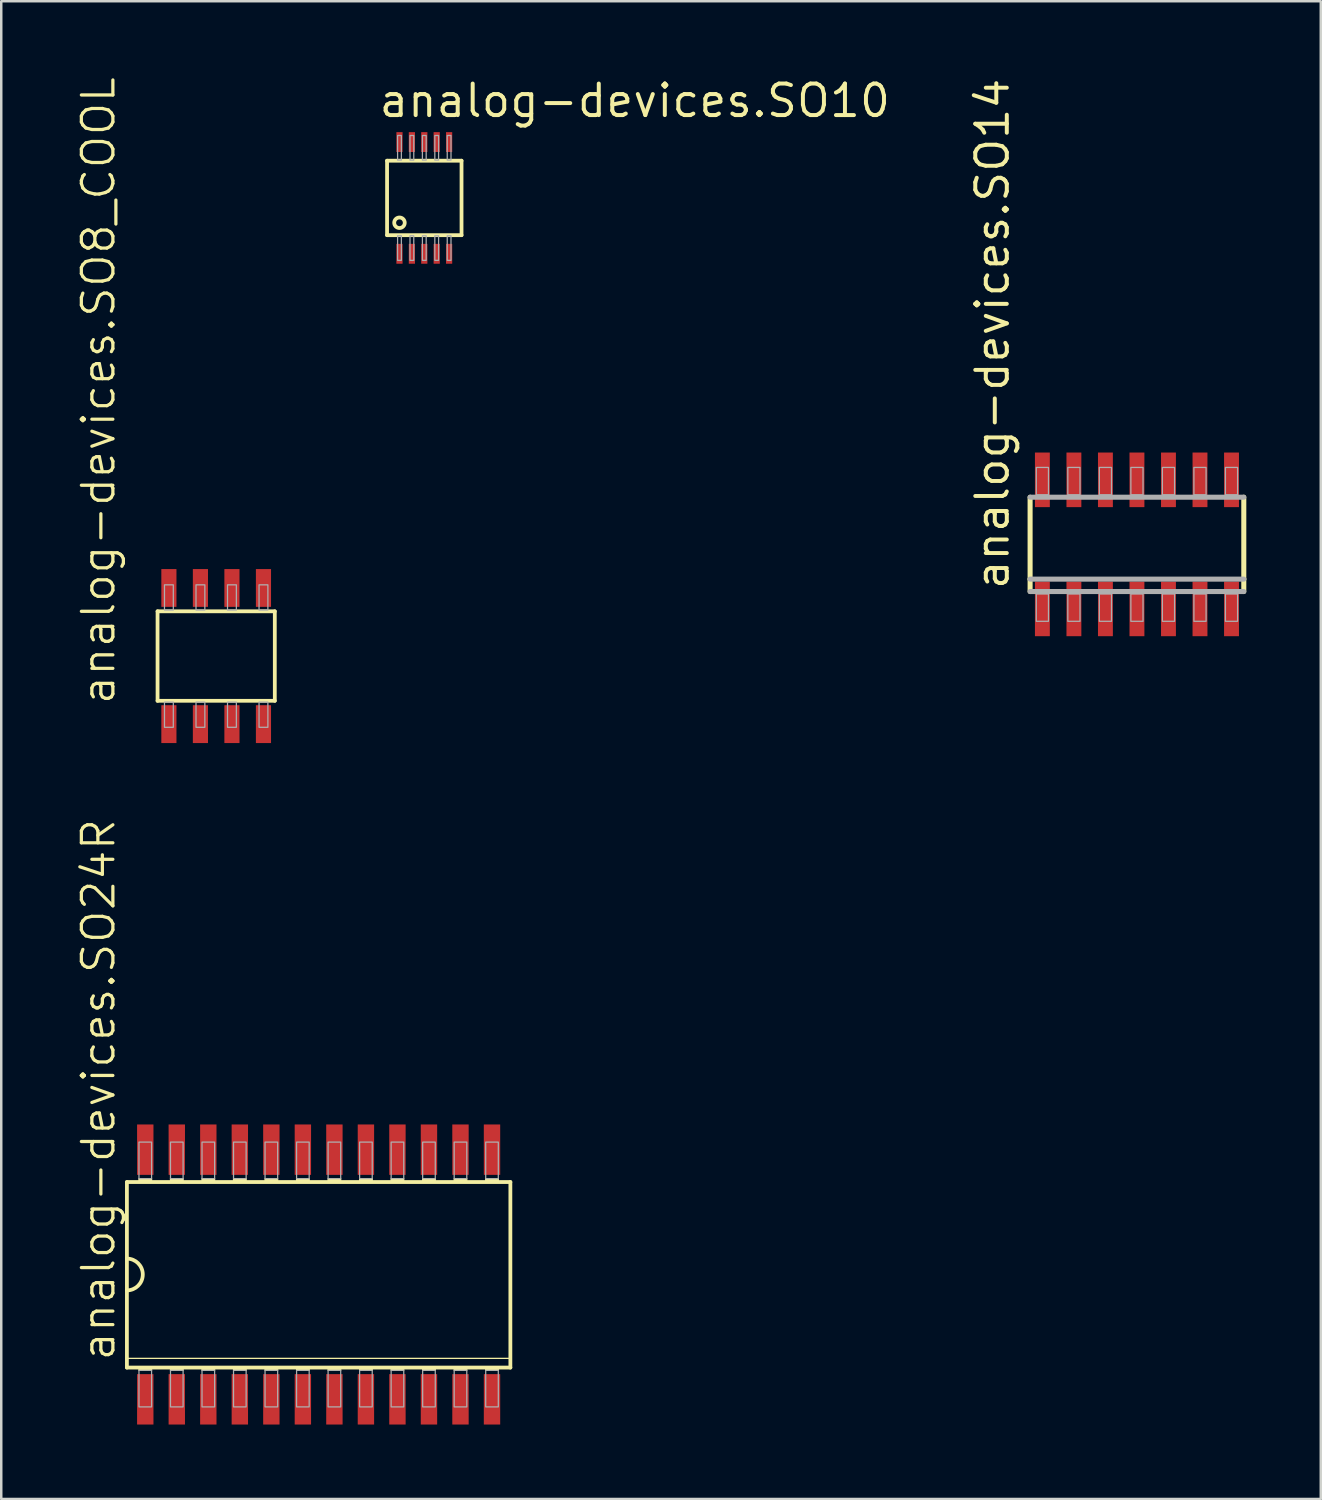
<source format=kicad_pcb>
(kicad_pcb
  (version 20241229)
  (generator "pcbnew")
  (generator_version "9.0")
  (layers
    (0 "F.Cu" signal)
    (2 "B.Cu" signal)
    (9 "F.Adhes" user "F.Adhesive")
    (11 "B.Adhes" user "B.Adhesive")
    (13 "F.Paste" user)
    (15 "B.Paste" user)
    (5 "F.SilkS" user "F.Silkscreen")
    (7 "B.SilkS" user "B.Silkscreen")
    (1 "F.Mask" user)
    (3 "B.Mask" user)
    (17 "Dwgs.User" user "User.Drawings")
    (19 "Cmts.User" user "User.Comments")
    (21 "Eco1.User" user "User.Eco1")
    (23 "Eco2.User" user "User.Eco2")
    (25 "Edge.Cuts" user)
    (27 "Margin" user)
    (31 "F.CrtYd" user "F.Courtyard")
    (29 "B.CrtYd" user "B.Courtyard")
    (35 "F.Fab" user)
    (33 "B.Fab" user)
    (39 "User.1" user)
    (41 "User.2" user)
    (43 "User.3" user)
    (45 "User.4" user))
  (footprint "analog-devices.SO24R"
    (layer "F.Cu")
    (at 9.788 48.3)
    (property "Reference" "analog-devices.SO24R" (at -8.128 3.556 90) (layer "F.SilkS") (effects (font (size 1.27 1.27) (thickness 0.13)) (justify left bottom)))
    (attr smd)
    (fp_line (start -7.747 3.378) (end 7.747 3.378) (stroke (width 0.051) (type default)) (layer "F.SilkS"))
    (fp_line (start -7.725 -3.725) (end -7.725 -0.64) (stroke (width 0.152) (type default)) (layer "F.SilkS"))
    (fp_line (start -7.725 -0.64) (end -7.725 0.64) (stroke (width 0.152) (type default)) (layer "F.SilkS"))
    (fp_line (start -7.725 0.64) (end -7.725 3.75) (stroke (width 0.152) (type default)) (layer "F.SilkS"))
    (fp_line (start -7.725 3.75) (end 7.725 3.75) (stroke (width 0.152) (type default)) (layer "F.SilkS"))
    (fp_line (start 7.725 -3.725) (end -7.725 -3.725) (stroke (width 0.152) (type default)) (layer "F.SilkS"))
    (fp_line (start 7.725 3.75) (end 7.725 -3.725) (stroke (width 0.152) (type default)) (layer "F.SilkS"))
    (fp_rect (start -7.239 -3.734) (end -6.731 -3.861) (stroke (width 0.05) (type default)) (fill yes) (layer "F.SilkS"))
    (fp_rect (start -7.239 3.861) (end -6.731 3.734) (stroke (width 0.05) (type default)) (fill yes) (layer "F.SilkS"))
    (fp_rect (start -5.969 -3.734) (end -5.461 -3.861) (stroke (width 0.05) (type default)) (fill yes) (layer "F.SilkS"))
    (fp_rect (start -5.969 3.861) (end -5.461 3.734) (stroke (width 0.05) (type default)) (fill yes) (layer "F.SilkS"))
    (fp_rect (start -4.699 -3.734) (end -4.191 -3.861) (stroke (width 0.05) (type default)) (fill yes) (layer "F.SilkS"))
    (fp_rect (start -4.699 3.861) (end -4.191 3.734) (stroke (width 0.05) (type default)) (fill yes) (layer "F.SilkS"))
    (fp_rect (start -3.429 -3.734) (end -2.921 -3.861) (stroke (width 0.05) (type default)) (fill yes) (layer "F.SilkS"))
    (fp_rect (start -3.429 3.861) (end -2.921 3.734) (stroke (width 0.05) (type default)) (fill yes) (layer "F.SilkS"))
    (fp_rect (start -2.159 -3.734) (end -1.651 -3.861) (stroke (width 0.05) (type default)) (fill yes) (layer "F.SilkS"))
    (fp_rect (start -2.159 3.861) (end -1.651 3.734) (stroke (width 0.05) (type default)) (fill yes) (layer "F.SilkS"))
    (fp_rect (start -0.889 -3.734) (end -0.381 -3.861) (stroke (width 0.05) (type default)) (fill yes) (layer "F.SilkS"))
    (fp_rect (start -0.889 3.861) (end -0.381 3.734) (stroke (width 0.05) (type default)) (fill yes) (layer "F.SilkS"))
    (fp_rect (start 0.381 -3.734) (end 0.889 -3.861) (stroke (width 0.05) (type default)) (fill yes) (layer "F.SilkS"))
    (fp_rect (start 0.381 3.861) (end 0.889 3.734) (stroke (width 0.05) (type default)) (fill yes) (layer "F.SilkS"))
    (fp_rect (start 1.651 -3.734) (end 2.159 -3.861) (stroke (width 0.05) (type default)) (fill yes) (layer "F.SilkS"))
    (fp_rect (start 1.651 3.861) (end 2.159 3.734) (stroke (width 0.05) (type default)) (fill yes) (layer "F.SilkS"))
    (fp_rect (start 2.921 -3.734) (end 3.429 -3.861) (stroke (width 0.05) (type default)) (fill yes) (layer "F.SilkS"))
    (fp_rect (start 2.921 3.861) (end 3.429 3.734) (stroke (width 0.05) (type default)) (fill yes) (layer "F.SilkS"))
    (fp_rect (start 4.191 -3.734) (end 4.699 -3.861) (stroke (width 0.05) (type default)) (fill yes) (layer "F.SilkS"))
    (fp_rect (start 4.191 3.861) (end 4.699 3.734) (stroke (width 0.05) (type default)) (fill yes) (layer "F.SilkS"))
    (fp_rect (start 5.461 -3.734) (end 5.969 -3.861) (stroke (width 0.05) (type default)) (fill yes) (layer "F.SilkS"))
    (fp_rect (start 5.461 3.861) (end 5.969 3.734) (stroke (width 0.05) (type default)) (fill yes) (layer "F.SilkS"))
    (fp_rect (start 6.731 -3.734) (end 7.239 -3.861) (stroke (width 0.05) (type default)) (fill yes) (layer "F.SilkS"))
    (fp_rect (start 6.731 3.861) (end 7.239 3.734) (stroke (width 0.05) (type default)) (fill yes) (layer "F.SilkS"))
    (fp_arc (start -7.725 -0.64) (mid -7.085 0) (end -7.725 0.64) (stroke (width 0.1524) (type default)) (layer "F.SilkS"))
    (fp_rect (start -7.239 -3.861) (end -6.731 -5.334) (stroke (width 0.05) (type default)) (fill no) (layer "F.Fab"))
    (fp_rect (start -7.239 5.334) (end -6.731 3.861) (stroke (width 0.05) (type default)) (fill no) (layer "F.Fab"))
    (fp_rect (start -5.969 -3.861) (end -5.461 -5.334) (stroke (width 0.05) (type default)) (fill no) (layer "F.Fab"))
    (fp_rect (start -5.969 5.334) (end -5.461 3.861) (stroke (width 0.05) (type default)) (fill no) (layer "F.Fab"))
    (fp_rect (start -4.699 -3.861) (end -4.191 -5.334) (stroke (width 0.05) (type default)) (fill no) (layer "F.Fab"))
    (fp_rect (start -4.699 5.334) (end -4.191 3.861) (stroke (width 0.05) (type default)) (fill no) (layer "F.Fab"))
    (fp_rect (start -3.429 -3.861) (end -2.921 -5.334) (stroke (width 0.05) (type default)) (fill no) (layer "F.Fab"))
    (fp_rect (start -3.429 5.334) (end -2.921 3.861) (stroke (width 0.05) (type default)) (fill no) (layer "F.Fab"))
    (fp_rect (start -2.159 -3.861) (end -1.651 -5.334) (stroke (width 0.05) (type default)) (fill no) (layer "F.Fab"))
    (fp_rect (start -2.159 5.334) (end -1.651 3.861) (stroke (width 0.05) (type default)) (fill no) (layer "F.Fab"))
    (fp_rect (start -0.889 -3.861) (end -0.381 -5.334) (stroke (width 0.05) (type default)) (fill no) (layer "F.Fab"))
    (fp_rect (start -0.889 5.334) (end -0.381 3.861) (stroke (width 0.05) (type default)) (fill no) (layer "F.Fab"))
    (fp_rect (start 0.381 -3.861) (end 0.889 -5.334) (stroke (width 0.05) (type default)) (fill no) (layer "F.Fab"))
    (fp_rect (start 0.381 5.334) (end 0.889 3.861) (stroke (width 0.05) (type default)) (fill no) (layer "F.Fab"))
    (fp_rect (start 1.651 -3.861) (end 2.159 -5.334) (stroke (width 0.05) (type default)) (fill no) (layer "F.Fab"))
    (fp_rect (start 1.651 5.334) (end 2.159 3.861) (stroke (width 0.05) (type default)) (fill no) (layer "F.Fab"))
    (fp_rect (start 2.921 -3.861) (end 3.429 -5.334) (stroke (width 0.05) (type default)) (fill no) (layer "F.Fab"))
    (fp_rect (start 2.921 5.334) (end 3.429 3.861) (stroke (width 0.05) (type default)) (fill no) (layer "F.Fab"))
    (fp_rect (start 4.191 -3.861) (end 4.699 -5.334) (stroke (width 0.05) (type default)) (fill no) (layer "F.Fab"))
    (fp_rect (start 4.191 5.334) (end 4.699 3.861) (stroke (width 0.05) (type default)) (fill no) (layer "F.Fab"))
    (fp_rect (start 5.461 -3.861) (end 5.969 -5.334) (stroke (width 0.05) (type default)) (fill no) (layer "F.Fab"))
    (fp_rect (start 5.461 5.334) (end 5.969 3.861) (stroke (width 0.05) (type default)) (fill no) (layer "F.Fab"))
    (fp_rect (start 6.731 -3.861) (end 7.239 -5.334) (stroke (width 0.05) (type default)) (fill no) (layer "F.Fab"))
    (fp_rect (start 6.731 5.334) (end 7.239 3.861) (stroke (width 0.05) (type default)) (fill no) (layer "F.Fab"))
    (pad "1" smd roundrect (at -6.985 5.029) (size 0.66 2.032) (layers "F.Cu" "F.Mask" "F.Paste") (roundrect_rratio 0.01))
    (pad "2" smd roundrect (at -5.715 5.029) (size 0.66 2.032) (layers "F.Cu" "F.Mask" "F.Paste") (roundrect_rratio 0.01))
    (pad "3" smd roundrect (at -4.445 5.029) (size 0.66 2.032) (layers "F.Cu" "F.Mask" "F.Paste") (roundrect_rratio 0.01))
    (pad "4" smd roundrect (at -3.175 5.029) (size 0.66 2.032) (layers "F.Cu" "F.Mask" "F.Paste") (roundrect_rratio 0.01))
    (pad "5" smd roundrect (at -1.905 5.029) (size 0.66 2.032) (layers "F.Cu" "F.Mask" "F.Paste") (roundrect_rratio 0.01))
    (pad "6" smd roundrect (at -0.635 5.029) (size 0.66 2.032) (layers "F.Cu" "F.Mask" "F.Paste") (roundrect_rratio 0.01))
    (pad "7" smd roundrect (at 0.635 5.029) (size 0.66 2.032) (layers "F.Cu" "F.Mask" "F.Paste") (roundrect_rratio 0.01))
    (pad "8" smd roundrect (at 1.905 5.029) (size 0.66 2.032) (layers "F.Cu" "F.Mask" "F.Paste") (roundrect_rratio 0.01))
    (pad "9" smd roundrect (at 3.175 5.029) (size 0.66 2.032) (layers "F.Cu" "F.Mask" "F.Paste") (roundrect_rratio 0.01))
    (pad "10" smd roundrect (at 4.445 5.029) (size 0.66 2.032) (layers "F.Cu" "F.Mask" "F.Paste") (roundrect_rratio 0.01))
    (pad "11" smd roundrect (at 5.715 5.029) (size 0.66 2.032) (layers "F.Cu" "F.Mask" "F.Paste") (roundrect_rratio 0.01))
    (pad "12" smd roundrect (at 6.985 5.029) (size 0.66 2.032) (layers "F.Cu" "F.Mask" "F.Paste") (roundrect_rratio 0.01))
    (pad "13" smd roundrect (at 6.985 -5.029) (size 0.66 2.032) (layers "F.Cu" "F.Mask" "F.Paste") (roundrect_rratio 0.01))
    (pad "14" smd roundrect (at 5.715 -5.029) (size 0.66 2.032) (layers "F.Cu" "F.Mask" "F.Paste") (roundrect_rratio 0.01))
    (pad "15" smd roundrect (at 4.445 -5.029) (size 0.66 2.032) (layers "F.Cu" "F.Mask" "F.Paste") (roundrect_rratio 0.01))
    (pad "16" smd roundrect (at 3.175 -5.029) (size 0.66 2.032) (layers "F.Cu" "F.Mask" "F.Paste") (roundrect_rratio 0.01))
    (pad "17" smd roundrect (at 1.905 -5.029) (size 0.66 2.032) (layers "F.Cu" "F.Mask" "F.Paste") (roundrect_rratio 0.01))
    (pad "18" smd roundrect (at 0.635 -5.029) (size 0.66 2.032) (layers "F.Cu" "F.Mask" "F.Paste") (roundrect_rratio 0.01))
    (pad "19" smd roundrect (at -0.635 -5.029) (size 0.66 2.032) (layers "F.Cu" "F.Mask" "F.Paste") (roundrect_rratio 0.01))
    (pad "20" smd roundrect (at -1.905 -5.029) (size 0.66 2.032) (layers "F.Cu" "F.Mask" "F.Paste") (roundrect_rratio 0.01))
    (pad "21" smd roundrect (at -3.175 -5.029) (size 0.66 2.032) (layers "F.Cu" "F.Mask" "F.Paste") (roundrect_rratio 0.01))
    (pad "22" smd roundrect (at -4.445 -5.029) (size 0.66 2.032) (layers "F.Cu" "F.Mask" "F.Paste") (roundrect_rratio 0.01))
    (pad "23" smd roundrect (at -5.715 -5.029) (size 0.66 2.032) (layers "F.Cu" "F.Mask" "F.Paste") (roundrect_rratio 0.01))
    (pad "24" smd roundrect (at -6.985 -5.029) (size 0.66 2.032) (layers "F.Cu" "F.Mask" "F.Paste") (roundrect_rratio 0.01)))
  (footprint "analog-devices.SO8_COOL"
    (layer "F.Cu")
    (at 5.66 23.383)
    (property "Reference" "analog-devices.SO8_COOL" (at -4 2.032 90) (layer "F.SilkS") (effects (font (size 1.27 1.27) (thickness 0.13)) (justify left bottom)))
    (attr smd)
    (fp_poly (pts (xy -2.667 1.778) (xy -2.667 0.229) (xy -1.829 0.229) (xy -1.829 0.635) (xy -1.956 0.762) (xy -1.956 1.143) (xy -1.778 1.321) (xy -1.346 1.321) (xy -1.346 1.524) (xy -1.346 0.864) (xy -0.838 0.864) (xy -0.838 1.321) (xy -0.584 1.321) (xy -0.584 0.864) (xy -0.051 0.864) (xy -0.051 1.524) (xy 0.051 1.524) (xy 0.051 0.864) (xy 0.559 0.864) (xy 0.559 1.321) (xy 0.864 1.321) (xy 0.864 0.864) (xy 1.346 0.864) (xy 1.346 1.524) (xy 1.346 1.295) (xy 1.753 1.295) (xy 1.956 1.092) (xy 1.956 0.762) (xy 1.778 0.584) (xy 1.778 0.229) (xy 2.667 0.229) (xy 2.667 1.778) (xy 3.429 1.778) (xy 3.429 -1.778) (xy 2.667 -1.778) (xy 2.667 -0.229) (xy 1.778 -0.229) (xy 1.778 -0.584) (xy 1.956 -0.762) (xy 1.956 -1.143) (xy 1.778 -1.321) (xy 1.346 -1.321) (xy 1.346 -1.524) (xy 1.346 -0.864) (xy 0.889 -0.864) (xy 0.889 -1.321) (xy 0.559 -1.321) (xy 0.559 -0.864) (xy 0.051 -0.864) (xy 0.051 -1.524) (xy -0.051 -1.524) (xy -0.051 -0.864) (xy -0.584 -0.864) (xy -0.584 -1.321) (xy -0.838 -1.321) (xy -0.838 -0.864) (xy -1.346 -0.864) (xy -1.346 -1.524) (xy -1.346 -1.321) (xy -1.778 -1.321) (xy -1.956 -1.143) (xy -1.956 -0.762) (xy -1.829 -0.635) (xy -1.829 -0.229) (xy -2.667 -0.229) (xy -2.667 -1.778) (xy -3.429 -1.778) (xy -3.429 1.778)) (stroke (width 0.102) (type default)) (fill yes) (layer "F.Mask"))
    (fp_line (start -2.362 -1.803) (end -2.362 1.803) (stroke (width 0.152) (type default)) (layer "F.SilkS"))
    (fp_line (start -2.362 1.803) (end 2.362 1.803) (stroke (width 0.152) (type default)) (layer "F.SilkS"))
    (fp_line (start 2.362 -1.803) (end -2.362 -1.803) (stroke (width 0.152) (type default)) (layer "F.SilkS"))
    (fp_line (start 2.362 1.803) (end 2.362 -1.803) (stroke (width 0.152) (type default)) (layer "F.SilkS"))
    (fp_rect (start -2.083 -1.854) (end -1.727 -2.87) (stroke (width 0.05) (type default)) (fill no) (layer "F.Fab"))
    (fp_rect (start -2.083 2.87) (end -1.727 1.854) (stroke (width 0.05) (type default)) (fill no) (layer "F.Fab"))
    (fp_rect (start -0.813 -1.854) (end -0.457 -2.87) (stroke (width 0.05) (type default)) (fill no) (layer "F.Fab"))
    (fp_rect (start -0.813 2.87) (end -0.457 1.854) (stroke (width 0.05) (type default)) (fill no) (layer "F.Fab"))
    (fp_rect (start 0.457 -1.854) (end 0.813 -2.87) (stroke (width 0.05) (type default)) (fill no) (layer "F.Fab"))
    (fp_rect (start 0.457 2.87) (end 0.813 1.854) (stroke (width 0.05) (type default)) (fill no) (layer "F.Fab"))
    (fp_rect (start 1.727 -1.854) (end 2.083 -2.87) (stroke (width 0.05) (type default)) (fill no) (layer "F.Fab"))
    (fp_rect (start 1.727 2.87) (end 2.083 1.854) (stroke (width 0.05) (type default)) (fill no) (layer "F.Fab"))
    (pad "1" smd roundrect (at -1.905 2.743) (size 0.61 1.524) (layers "F.Cu" "F.Mask" "F.Paste") (roundrect_rratio 0.01))
    (pad "2" smd roundrect (at -0.635 2.743) (size 0.61 1.524) (layers "F.Cu" "F.Mask" "F.Paste") (roundrect_rratio 0.01))
    (pad "3" smd roundrect (at 0.635 2.743) (size 0.61 1.524) (layers "F.Cu" "F.Mask" "F.Paste") (roundrect_rratio 0.01))
    (pad "4" smd roundrect (at 1.905 2.743) (size 0.61 1.524) (layers "F.Cu" "F.Mask" "F.Paste") (roundrect_rratio 0.01))
    (pad "5" smd roundrect (at 1.905 -2.743) (size 0.61 1.524) (layers "F.Cu" "F.Mask" "F.Paste") (roundrect_rratio 0.01))
    (pad "6" smd roundrect (at 0.635 -2.743) (size 0.61 1.524) (layers "F.Cu" "F.Mask" "F.Paste") (roundrect_rratio 0.01))
    (pad "7" smd roundrect (at -0.635 -2.743) (size 0.61 1.524) (layers "F.Cu" "F.Mask" "F.Paste") (roundrect_rratio 0.01))
    (pad "8" smd roundrect (at -1.905 -2.743) (size 0.61 1.524) (layers "F.Cu" "F.Mask" "F.Paste") (roundrect_rratio 0.01)))
  (footprint "analog-devices.SO14"
    (layer "F.Cu")
    (at 42.758 18.883)
    (property "Reference" "analog-devices.SO14" (at -5.08 1.905 90) (layer "F.SilkS") (effects (font (size 1.27 1.27) (thickness 0.16)) (justify left bottom)))
    (attr smd)
    (fp_line (start -4.305 1.4) (end -4.305 -1.9) (stroke (width 0.203) (type default)) (layer "F.SilkS"))
    (fp_line (start -4.305 1.9) (end -4.305 1.4) (stroke (width 0.203) (type default)) (layer "F.SilkS"))
    (fp_line (start 4.305 -1.9) (end 4.305 1.4) (stroke (width 0.203) (type default)) (layer "F.SilkS"))
    (fp_line (start 4.305 1.4) (end 4.305 1.9) (stroke (width 0.203) (type default)) (layer "F.SilkS"))
    (fp_line (start -4.305 -1.9) (end 4.305 -1.9) (stroke (width 0.203) (type default)) (layer "F.Fab"))
    (fp_line (start 4.305 1.4) (end -4.305 1.4) (stroke (width 0.203) (type default)) (layer "F.Fab"))
    (fp_line (start 4.305 1.9) (end -4.305 1.9) (stroke (width 0.203) (type default)) (layer "F.Fab"))
    (fp_rect (start -4.055 -2) (end -3.565 -3.1) (stroke (width 0.05) (type default)) (fill no) (layer "F.Fab"))
    (fp_rect (start -4.055 3.1) (end -3.565 2) (stroke (width 0.05) (type default)) (fill no) (layer "F.Fab"))
    (fp_rect (start -2.785 -2) (end -2.295 -3.1) (stroke (width 0.05) (type default)) (fill no) (layer "F.Fab"))
    (fp_rect (start -2.785 3.1) (end -2.295 2) (stroke (width 0.05) (type default)) (fill no) (layer "F.Fab"))
    (fp_rect (start -1.515 -2) (end -1.025 -3.1) (stroke (width 0.05) (type default)) (fill no) (layer "F.Fab"))
    (fp_rect (start -1.515 3.1) (end -1.025 2) (stroke (width 0.05) (type default)) (fill no) (layer "F.Fab"))
    (fp_rect (start -0.245 -2) (end 0.245 -3.1) (stroke (width 0.05) (type default)) (fill no) (layer "F.Fab"))
    (fp_rect (start -0.245 3.1) (end 0.245 2) (stroke (width 0.05) (type default)) (fill no) (layer "F.Fab"))
    (fp_rect (start 1.025 -2) (end 1.515 -3.1) (stroke (width 0.05) (type default)) (fill no) (layer "F.Fab"))
    (fp_rect (start 1.025 3.1) (end 1.515 2) (stroke (width 0.05) (type default)) (fill no) (layer "F.Fab"))
    (fp_rect (start 2.295 -2) (end 2.785 -3.1) (stroke (width 0.05) (type default)) (fill no) (layer "F.Fab"))
    (fp_rect (start 2.295 3.1) (end 2.785 2) (stroke (width 0.05) (type default)) (fill no) (layer "F.Fab"))
    (fp_rect (start 3.565 -2) (end 4.055 -3.1) (stroke (width 0.05) (type default)) (fill no) (layer "F.Fab"))
    (fp_rect (start 3.565 3.1) (end 4.055 2) (stroke (width 0.05) (type default)) (fill no) (layer "F.Fab"))
    (pad "1" smd roundrect (at -3.81 2.6) (size 0.6 2.2) (layers "F.Cu" "F.Mask" "F.Paste") (roundrect_rratio 0.01))
    (pad "2" smd roundrect (at -2.54 2.6) (size 0.6 2.2) (layers "F.Cu" "F.Mask" "F.Paste") (roundrect_rratio 0.01))
    (pad "3" smd roundrect (at -1.27 2.6) (size 0.6 2.2) (layers "F.Cu" "F.Mask" "F.Paste") (roundrect_rratio 0.01))
    (pad "4" smd roundrect (at 0 2.6) (size 0.6 2.2) (layers "F.Cu" "F.Mask" "F.Paste") (roundrect_rratio 0.01))
    (pad "5" smd roundrect (at 1.27 2.6 180) (size 0.6 2.2) (layers "F.Cu" "F.Mask" "F.Paste") (roundrect_rratio 0.01))
    (pad "6" smd roundrect (at 2.54 2.6 180) (size 0.6 2.2) (layers "F.Cu" "F.Mask" "F.Paste") (roundrect_rratio 0.01))
    (pad "7" smd roundrect (at 3.81 2.6 180) (size 0.6 2.2) (layers "F.Cu" "F.Mask" "F.Paste") (roundrect_rratio 0.01))
    (pad "8" smd roundrect (at 3.81 -2.6) (size 0.6 2.2) (layers "F.Cu" "F.Mask" "F.Paste") (roundrect_rratio 0.01))
    (pad "9" smd roundrect (at 2.54 -2.6) (size 0.6 2.2) (layers "F.Cu" "F.Mask" "F.Paste") (roundrect_rratio 0.01))
    (pad "10" smd roundrect (at 1.27 -2.6) (size 0.6 2.2) (layers "F.Cu" "F.Mask" "F.Paste") (roundrect_rratio 0.01))
    (pad "11" smd roundrect (at 0 -2.6) (size 0.6 2.2) (layers "F.Cu" "F.Mask" "F.Paste") (roundrect_rratio 0.01))
    (pad "12" smd roundrect (at -1.27 -2.6) (size 0.6 2.2) (layers "F.Cu" "F.Mask" "F.Paste") (roundrect_rratio 0.01))
    (pad "13" smd roundrect (at -2.54 -2.6) (size 0.6 2.2) (layers "F.Cu" "F.Mask" "F.Paste") (roundrect_rratio 0.01))
    (pad "14" smd roundrect (at -3.81 -2.6) (size 0.6 2.2) (layers "F.Cu" "F.Mask" "F.Paste") (roundrect_rratio 0.01)))
  (footprint "analog-devices.SO10"
    (layer "F.Cu")
    (at 14.045 4.925)
    (property "Reference" "analog-devices.SO10" (at -1.905 -3.175 0) (layer "F.SilkS") (effects (font (size 1.27 1.27) (thickness 0.16)) (justify left bottom)))
    (attr smd)
    (fp_line (start -1.5 -1.5) (end 1.5 -1.5) (stroke (width 0.152) (type default)) (layer "F.SilkS"))
    (fp_line (start -1.5 1.5) (end -1.5 -1.5) (stroke (width 0.152) (type default)) (layer "F.SilkS"))
    (fp_line (start 1.5 -1.5) (end 1.5 1.5) (stroke (width 0.152) (type default)) (layer "F.SilkS"))
    (fp_line (start 1.5 1.5) (end -1.5 1.5) (stroke (width 0.152) (type default)) (layer "F.SilkS"))
    (fp_circle (center -1 1) (end -0.788 1) (stroke (width 0.152) (type default)) (fill no) (layer "F.SilkS"))
    (fp_rect (start -1.076 -1.524) (end -0.924 -2.515) (stroke (width 0.05) (type default)) (fill no) (layer "F.Fab"))
    (fp_rect (start -1.076 2.515) (end -0.924 1.524) (stroke (width 0.05) (type default)) (fill no) (layer "F.Fab"))
    (fp_rect (start -0.576 -1.524) (end -0.424 -2.515) (stroke (width 0.05) (type default)) (fill no) (layer "F.Fab"))
    (fp_rect (start -0.576 2.515) (end -0.424 1.524) (stroke (width 0.05) (type default)) (fill no) (layer "F.Fab"))
    (fp_rect (start -0.076 -1.524) (end 0.076 -2.515) (stroke (width 0.05) (type default)) (fill no) (layer "F.Fab"))
    (fp_rect (start -0.076 2.515) (end 0.076 1.524) (stroke (width 0.05) (type default)) (fill no) (layer "F.Fab"))
    (fp_rect (start 0.424 -1.524) (end 0.576 -2.515) (stroke (width 0.05) (type default)) (fill no) (layer "F.Fab"))
    (fp_rect (start 0.424 2.515) (end 0.576 1.524) (stroke (width 0.05) (type default)) (fill no) (layer "F.Fab"))
    (fp_rect (start 0.924 -1.524) (end 1.076 -2.515) (stroke (width 0.05) (type default)) (fill no) (layer "F.Fab"))
    (fp_rect (start 0.924 2.515) (end 1.076 1.524) (stroke (width 0.05) (type default)) (fill no) (layer "F.Fab"))
    (pad "1" smd roundrect (at -1 2.25) (size 0.25 0.8) (layers "F.Cu" "F.Mask" "F.Paste") (roundrect_rratio 0.01))
    (pad "2" smd roundrect (at -0.5 2.25) (size 0.25 0.8) (layers "F.Cu" "F.Mask" "F.Paste") (roundrect_rratio 0.01))
    (pad "3" smd roundrect (at 0 2.25) (size 0.25 0.8) (layers "F.Cu" "F.Mask" "F.Paste") (roundrect_rratio 0.01))
    (pad "4" smd roundrect (at 0.5 2.25) (size 0.25 0.8) (layers "F.Cu" "F.Mask" "F.Paste") (roundrect_rratio 0.01))
    (pad "5" smd roundrect (at 1 2.25) (size 0.25 0.8) (layers "F.Cu" "F.Mask" "F.Paste") (roundrect_rratio 0.01))
    (pad "6" smd roundrect (at 1 -2.25) (size 0.25 0.8) (layers "F.Cu" "F.Mask" "F.Paste") (roundrect_rratio 0.01))
    (pad "7" smd roundrect (at 0.5 -2.25) (size 0.25 0.8) (layers "F.Cu" "F.Mask" "F.Paste") (roundrect_rratio 0.01))
    (pad "8" smd roundrect (at 0 -2.25) (size 0.25 0.8) (layers "F.Cu" "F.Mask" "F.Paste") (roundrect_rratio 0.01))
    (pad "9" smd roundrect (at -0.5 -2.25) (size 0.25 0.8) (layers "F.Cu" "F.Mask" "F.Paste") (roundrect_rratio 0.01))
    (pad "10" smd roundrect (at -1 -2.25) (size 0.25 0.8) (layers "F.Cu" "F.Mask" "F.Paste") (roundrect_rratio 0.01)))
  (gr_rect
    (start -3 -3)
    (end 50.165 57.345)
    (stroke (width 0.1) (type default))
    (fill no)
    (layer "Edge.Cuts")))
</source>
